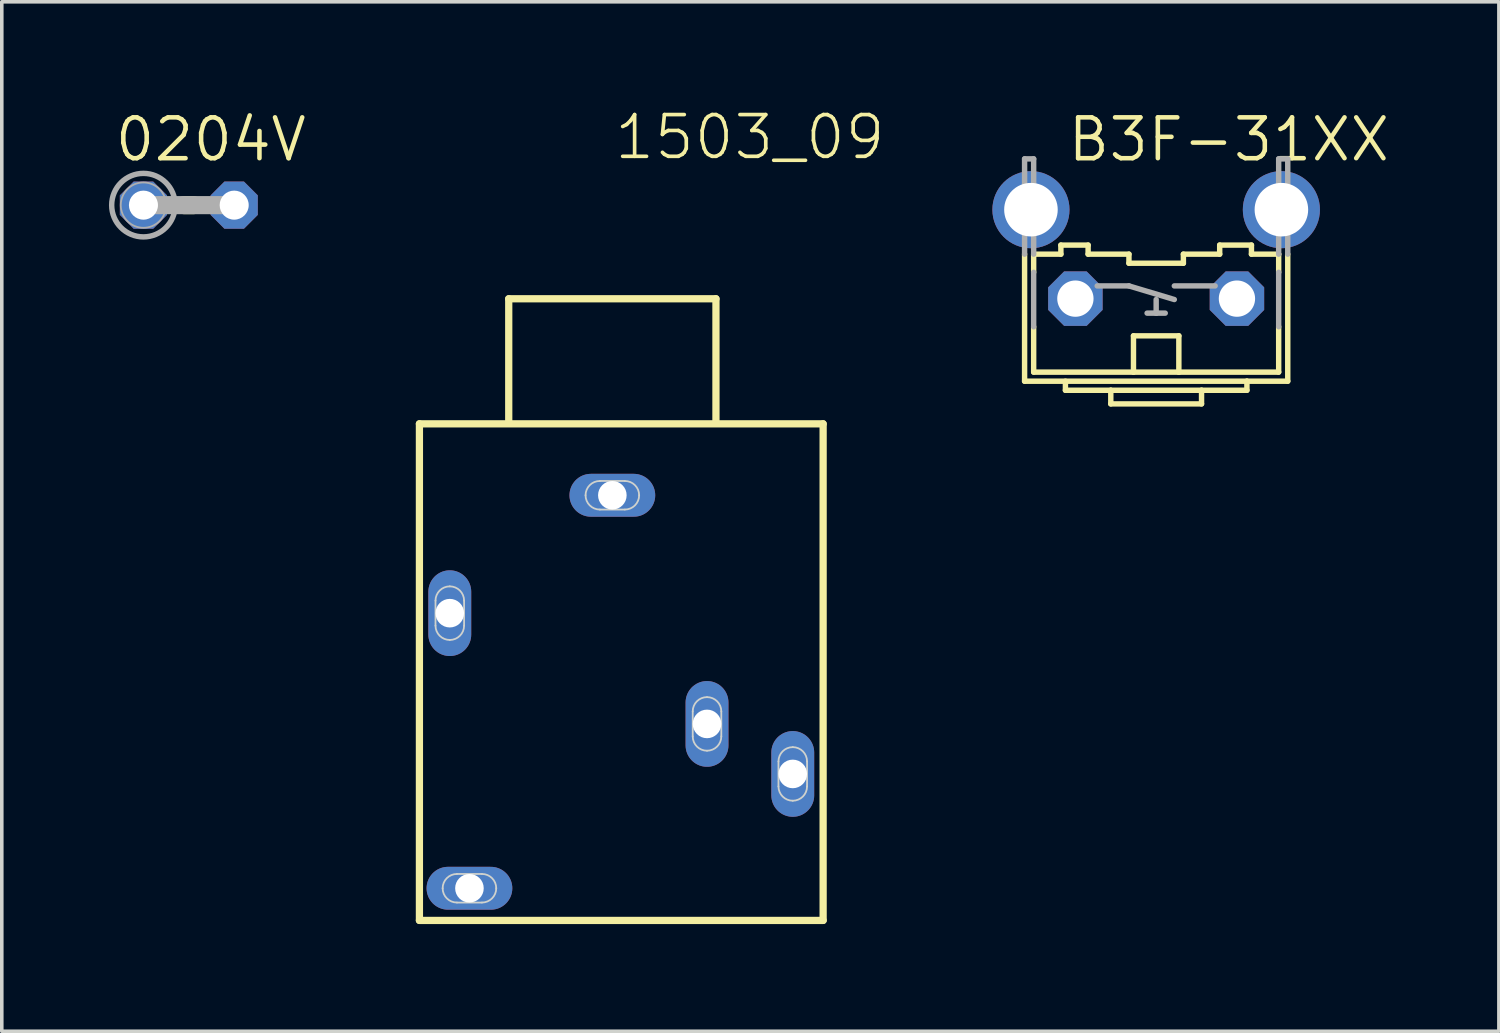
<source format=kicad_pcb>
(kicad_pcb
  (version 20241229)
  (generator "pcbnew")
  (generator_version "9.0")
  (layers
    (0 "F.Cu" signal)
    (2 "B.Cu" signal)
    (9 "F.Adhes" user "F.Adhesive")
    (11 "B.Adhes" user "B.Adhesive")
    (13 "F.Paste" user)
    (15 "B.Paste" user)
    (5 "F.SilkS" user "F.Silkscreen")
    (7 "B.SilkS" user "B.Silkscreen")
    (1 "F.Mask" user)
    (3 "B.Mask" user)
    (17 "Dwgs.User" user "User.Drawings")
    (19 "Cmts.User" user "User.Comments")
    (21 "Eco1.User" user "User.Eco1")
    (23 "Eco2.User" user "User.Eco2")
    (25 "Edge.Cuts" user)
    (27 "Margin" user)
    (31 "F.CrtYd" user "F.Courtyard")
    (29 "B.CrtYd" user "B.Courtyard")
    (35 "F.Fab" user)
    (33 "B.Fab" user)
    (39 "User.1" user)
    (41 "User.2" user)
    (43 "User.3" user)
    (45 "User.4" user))
  (footprint "1503_09"
    (layer "F.Cu")
    (at 14.09 8.713)
    (property "Reference" "1503_09" (at 0 -7.24 0) (layer "F.SilkS") (effects (font (size 1.168 1.168) (thickness 0.102)) (justify left bottom)))
    (fp_line (start -5.4 0.1) (end 5.9 0.1) (stroke (width 0.203) (type solid)) (layer "F.SilkS"))
    (fp_line (start -5.4 14) (end -5.4 0.1) (stroke (width 0.203) (type solid)) (layer "F.SilkS"))
    (fp_line (start -2.9 -3.4) (end 2.9 -3.4) (stroke (width 0.203) (type solid)) (layer "F.SilkS"))
    (fp_line (start -2.9 0) (end -2.9 -3.4) (stroke (width 0.203) (type solid)) (layer "F.SilkS"))
    (fp_line (start 2.9 -3.4) (end 2.9 0) (stroke (width 0.203) (type solid)) (layer "F.SilkS"))
    (fp_line (start 5.9 0.1) (end 5.9 14) (stroke (width 0.203) (type solid)) (layer "F.SilkS"))
    (fp_line (start 5.9 14) (end -5.4 14) (stroke (width 0.203) (type solid)) (layer "F.SilkS"))
    (fp_line (start -4.95 5.05) (end -4.95 5.75) (stroke (width 0.05) (type solid)) (layer "Edge.Cuts"))
    (fp_line (start -4.35 13.5) (end -3.65 13.5) (stroke (width 0.05) (type solid)) (layer "Edge.Cuts"))
    (fp_line (start -4.15 5.75) (end -4.15 5.05) (stroke (width 0.05) (type solid)) (layer "Edge.Cuts"))
    (fp_line (start -3.65 12.7) (end -4.35 12.7) (stroke (width 0.05) (type solid)) (layer "Edge.Cuts"))
    (fp_line (start -0.35 2.5) (end 0.35 2.5) (stroke (width 0.05) (type solid)) (layer "Edge.Cuts"))
    (fp_line (start 0.35 1.7) (end -0.35 1.7) (stroke (width 0.05) (type solid)) (layer "Edge.Cuts"))
    (fp_line (start 2.25 8.15) (end 2.25 8.85) (stroke (width 0.05) (type solid)) (layer "Edge.Cuts"))
    (fp_line (start 3.05 8.85) (end 3.05 8.15) (stroke (width 0.05) (type solid)) (layer "Edge.Cuts"))
    (fp_line (start 4.65 9.55) (end 4.65 10.25) (stroke (width 0.05) (type solid)) (layer "Edge.Cuts"))
    (fp_line (start 5.45 10.25) (end 5.45 9.55) (stroke (width 0.05) (type solid)) (layer "Edge.Cuts"))
    (fp_arc (start -4.95 5.05) (mid -4.832843 4.767157) (end -4.55 4.65) (stroke (width 0.05) (type solid)) (layer "Edge.Cuts"))
    (fp_arc (start -4.75 13.1) (mid -4.632843 12.817157) (end -4.35 12.7) (stroke (width 0.05) (type solid)) (layer "Edge.Cuts"))
    (fp_arc (start -4.55 4.65) (mid -4.267157 4.767157) (end -4.15 5.05) (stroke (width 0.05) (type solid)) (layer "Edge.Cuts"))
    (fp_arc (start -4.55 6.15) (mid -4.832843 6.032843) (end -4.95 5.75) (stroke (width 0.05) (type solid)) (layer "Edge.Cuts"))
    (fp_arc (start -4.35 13.5) (mid -4.632843 13.382843) (end -4.75 13.1) (stroke (width 0.05) (type solid)) (layer "Edge.Cuts"))
    (fp_arc (start -4.15 5.75) (mid -4.267157 6.032843) (end -4.55 6.15) (stroke (width 0.05) (type solid)) (layer "Edge.Cuts"))
    (fp_arc (start -3.65 12.7) (mid -3.367157 12.817157) (end -3.25 13.1) (stroke (width 0.05) (type solid)) (layer "Edge.Cuts"))
    (fp_arc (start -3.25 13.1) (mid -3.367157 13.382843) (end -3.65 13.5) (stroke (width 0.05) (type solid)) (layer "Edge.Cuts"))
    (fp_arc (start -0.749999 2.100001) (mid -0.632842 1.817158) (end -0.35 1.7) (stroke (width 0.05) (type solid)) (layer "Edge.Cuts"))
    (fp_arc (start -0.349999 2.500001) (mid -0.632842 2.382843) (end -0.75 2.1) (stroke (width 0.05) (type solid)) (layer "Edge.Cuts"))
    (fp_arc (start 0.349999 1.699999) (mid 0.632842 1.817157) (end 0.75 2.1) (stroke (width 0.05) (type solid)) (layer "Edge.Cuts"))
    (fp_arc (start 0.749999 2.099999) (mid 0.632842 2.382842) (end 0.35 2.5) (stroke (width 0.05) (type solid)) (layer "Edge.Cuts"))
    (fp_arc (start 2.25 8.15) (mid 2.367157 7.867157) (end 2.65 7.75) (stroke (width 0.05) (type solid)) (layer "Edge.Cuts"))
    (fp_arc (start 2.65 7.75) (mid 2.932843 7.867157) (end 3.05 8.15) (stroke (width 0.05) (type solid)) (layer "Edge.Cuts"))
    (fp_arc (start 2.65 9.25) (mid 2.367157 9.132843) (end 2.25 8.85) (stroke (width 0.05) (type solid)) (layer "Edge.Cuts"))
    (fp_arc (start 3.05 8.85) (mid 2.932843 9.132843) (end 2.65 9.25) (stroke (width 0.05) (type solid)) (layer "Edge.Cuts"))
    (fp_arc (start 4.65 9.55) (mid 4.767157 9.267157) (end 5.05 9.15) (stroke (width 0.05) (type solid)) (layer "Edge.Cuts"))
    (fp_arc (start 5.05 9.15) (mid 5.332843 9.267157) (end 5.45 9.55) (stroke (width 0.05) (type solid)) (layer "Edge.Cuts"))
    (fp_arc (start 5.05 10.65) (mid 4.767157 10.532843) (end 4.65 10.25) (stroke (width 0.05) (type solid)) (layer "Edge.Cuts"))
    (fp_arc (start 5.45 10.25) (mid 5.332843 10.532843) (end 5.05 10.65) (stroke (width 0.05) (type solid)) (layer "Edge.Cuts"))
    (pad "1" thru_hole oval (at 0 2.1 180) (size 2.4 1.2) (drill 0.8) (layers "*.Cu" "*.Mask"))
    (pad "2" thru_hole oval (at -4.55 5.4 90) (size 2.4 1.2) (drill 0.8) (layers "*.Cu" "*.Mask"))
    (pad "3" thru_hole oval (at 5.05 9.9 90) (size 2.4 1.2) (drill 0.8) (layers "*.Cu" "*.Mask"))
    (pad "4" thru_hole oval (at -4 13.1 180) (size 2.4 1.2) (drill 0.8) (layers "*.Cu" "*.Mask"))
    (pad "5" thru_hole oval (at 2.65 8.5 90) (size 2.4 1.2) (drill 0.8) (layers "*.Cu" "*.Mask")))
  (footprint "0204V"
    (layer "F.Cu")
    (at 2.235 2.692)
    (property "Reference" "0204V" (at -2.134 -1.168 0) (layer "F.SilkS") (effects (font (size 1.143 1.143) (thickness 0.127)) (justify left bottom)))
    (fp_line (start -0.127 0) (end 0.127 0) (stroke (width 0.508) (type solid)) (layer "F.SilkS"))
    (fp_line (start -1.27 0) (end 1.27 0) (stroke (width 0.508) (type solid)) (layer "F.Fab"))
    (fp_circle (center -1.27 0) (end -0.635 0) (stroke (width 0.051) (type solid)) (fill no) (layer "F.Fab"))
    (fp_circle (center -1.27 0) (end -0.381 0) (stroke (width 0.152) (type solid)) (fill no) (layer "F.Fab"))
    (pad "1" thru_hole roundrect (at -1.27 0) (size 1.321 1.321) (drill 0.813) (layers "*.Cu" "*.Mask") (roundrect_rratio 0.25) (chamfer_ratio 0.293) (chamfer top_left top_right bottom_left bottom_right))
    (pad "2" thru_hole roundrect (at 1.27 0) (size 1.321 1.321) (drill 0.813) (layers "*.Cu" "*.Mask") (roundrect_rratio 0.25) (chamfer_ratio 0.293) (chamfer top_left top_right bottom_left bottom_right)))
  (footprint "B3F-31XX"
    (layer "F.Cu")
    (at 29.312 4.064)
    (property "Reference" "B3F-31XX" (at -2.54 -2.54 0) (layer "F.SilkS") (effects (font (size 1.143 1.143) (thickness 0.127)) (justify left bottom)))
    (fp_line (start -3.683 0) (end -3.683 3.556) (stroke (width 0.152) (type solid)) (layer "F.SilkS"))
    (fp_line (start -3.429 0) (end -2.667 0) (stroke (width 0.152) (type solid)) (layer "F.SilkS"))
    (fp_line (start -3.429 0.508) (end -3.429 0) (stroke (width 0.152) (type solid)) (layer "F.SilkS"))
    (fp_line (start -3.429 2.032) (end -3.429 3.302) (stroke (width 0.152) (type solid)) (layer "F.SilkS"))
    (fp_line (start -3.429 3.302) (end -0.635 3.302) (stroke (width 0.152) (type solid)) (layer "F.SilkS"))
    (fp_line (start -2.667 -0.254) (end -2.667 0) (stroke (width 0.152) (type solid)) (layer "F.SilkS"))
    (fp_line (start -2.667 -0.254) (end -1.905 -0.254) (stroke (width 0.152) (type solid)) (layer "F.SilkS"))
    (fp_line (start -2.54 3.556) (end -2.54 3.81) (stroke (width 0.152) (type solid)) (layer "F.SilkS"))
    (fp_line (start -2.54 3.81) (end -1.27 3.81) (stroke (width 0.152) (type solid)) (layer "F.SilkS"))
    (fp_line (start -1.905 0) (end -1.905 -0.254) (stroke (width 0.152) (type solid)) (layer "F.SilkS"))
    (fp_line (start -1.905 0) (end -0.762 0) (stroke (width 0.152) (type solid)) (layer "F.SilkS"))
    (fp_line (start -1.27 3.81) (end -1.27 4.191) (stroke (width 0.152) (type solid)) (layer "F.SilkS"))
    (fp_line (start -1.27 3.81) (end 1.27 3.81) (stroke (width 0.152) (type solid)) (layer "F.SilkS"))
    (fp_line (start -1.27 4.191) (end 1.27 4.191) (stroke (width 0.152) (type solid)) (layer "F.SilkS"))
    (fp_line (start -0.762 0.254) (end -0.762 0) (stroke (width 0.152) (type solid)) (layer "F.SilkS"))
    (fp_line (start -0.762 0.254) (end 0.762 0.254) (stroke (width 0.152) (type solid)) (layer "F.SilkS"))
    (fp_line (start -0.635 2.286) (end 0.635 2.286) (stroke (width 0.152) (type solid)) (layer "F.SilkS"))
    (fp_line (start -0.635 3.302) (end -0.635 2.286) (stroke (width 0.152) (type solid)) (layer "F.SilkS"))
    (fp_line (start -0.635 3.302) (end 0.635 3.302) (stroke (width 0.152) (type solid)) (layer "F.SilkS"))
    (fp_line (start 0.635 3.302) (end 0.635 2.286) (stroke (width 0.152) (type solid)) (layer "F.SilkS"))
    (fp_line (start 0.635 3.302) (end 3.429 3.302) (stroke (width 0.152) (type solid)) (layer "F.SilkS"))
    (fp_line (start 0.762 0) (end 0.762 0.254) (stroke (width 0.152) (type solid)) (layer "F.SilkS"))
    (fp_line (start 0.762 0) (end 1.778 0) (stroke (width 0.152) (type solid)) (layer "F.SilkS"))
    (fp_line (start 1.27 3.81) (end 1.27 4.191) (stroke (width 0.152) (type solid)) (layer "F.SilkS"))
    (fp_line (start 1.27 3.81) (end 2.54 3.81) (stroke (width 0.152) (type solid)) (layer "F.SilkS"))
    (fp_line (start 1.778 -0.254) (end 2.667 -0.254) (stroke (width 0.152) (type solid)) (layer "F.SilkS"))
    (fp_line (start 1.778 0) (end 1.778 -0.254) (stroke (width 0.152) (type solid)) (layer "F.SilkS"))
    (fp_line (start 2.54 3.556) (end -3.683 3.556) (stroke (width 0.152) (type solid)) (layer "F.SilkS"))
    (fp_line (start 2.54 3.556) (end 2.54 3.81) (stroke (width 0.152) (type solid)) (layer "F.SilkS"))
    (fp_line (start 2.667 0) (end 2.667 -0.254) (stroke (width 0.152) (type solid)) (layer "F.SilkS"))
    (fp_line (start 2.667 0) (end 3.429 0) (stroke (width 0.152) (type solid)) (layer "F.SilkS"))
    (fp_line (start 3.429 0.508) (end 3.429 0) (stroke (width 0.152) (type solid)) (layer "F.SilkS"))
    (fp_line (start 3.429 2.032) (end 3.429 3.302) (stroke (width 0.152) (type solid)) (layer "F.SilkS"))
    (fp_line (start 3.683 0) (end 3.683 3.556) (stroke (width 0.152) (type solid)) (layer "F.SilkS"))
    (fp_line (start 3.683 3.556) (end 2.54 3.556) (stroke (width 0.152) (type solid)) (layer "F.SilkS"))
    (fp_line (start -3.683 -2.667) (end -3.429 -2.667) (stroke (width 0.152) (type solid)) (layer "F.Fab"))
    (fp_line (start -3.683 0) (end -3.683 -2.667) (stroke (width 0.152) (type solid)) (layer "F.Fab"))
    (fp_line (start -3.429 -2.667) (end -3.429 0) (stroke (width 0.152) (type solid)) (layer "F.Fab"))
    (fp_line (start -3.429 0.508) (end -3.429 2.032) (stroke (width 0.152) (type solid)) (layer "F.Fab"))
    (fp_line (start -1.651 0.889) (end -0.762 0.889) (stroke (width 0.152) (type solid)) (layer "F.Fab"))
    (fp_line (start -0.762 0.889) (end 0.508 1.27) (stroke (width 0.152) (type solid)) (layer "F.Fab"))
    (fp_line (start -0.254 1.651) (end 0 1.651) (stroke (width 0.152) (type solid)) (layer "F.Fab"))
    (fp_line (start 0 1.27) (end 0 1.651) (stroke (width 0.152) (type solid)) (layer "F.Fab"))
    (fp_line (start 0 1.651) (end 0.254 1.651) (stroke (width 0.152) (type solid)) (layer "F.Fab"))
    (fp_line (start 0.508 0.889) (end 1.651 0.889) (stroke (width 0.152) (type solid)) (layer "F.Fab"))
    (fp_line (start 3.429 -2.667) (end 3.683 -2.667) (stroke (width 0.152) (type solid)) (layer "F.Fab"))
    (fp_line (start 3.429 0) (end 3.429 -2.667) (stroke (width 0.152) (type solid)) (layer "F.Fab"))
    (fp_line (start 3.429 0.508) (end 3.429 2.032) (stroke (width 0.152) (type solid)) (layer "F.Fab"))
    (fp_line (start 3.683 -2.667) (end 3.683 0) (stroke (width 0.152) (type solid)) (layer "F.Fab"))
    (pad "1" thru_hole roundrect (at -2.261 1.245) (size 1.524 1.524) (drill 1.016) (layers "*.Cu" "*.Mask") (roundrect_rratio 0.25) (chamfer_ratio 0.293) (chamfer top_left top_right bottom_left bottom_right))
    (pad "2" thru_hole roundrect (at 2.261 1.245) (size 1.524 1.524) (drill 1.016) (layers "*.Cu" "*.Mask") (roundrect_rratio 0.25) (chamfer_ratio 0.293) (chamfer top_left top_right bottom_left bottom_right))
    (pad "3" thru_hole circle (at -3.505 -1.245) (size 2.159 2.159) (drill 1.499) (layers "*.Cu" "*.Mask"))
    (pad "4" thru_hole circle (at 3.505 -1.245) (size 2.159 2.159) (drill 1.499) (layers "*.Cu" "*.Mask")))
  (gr_rect
    (start -3 -3)
    (end 38.905 25.815)
    (stroke (width 0.1) (type default))
    (fill no)
    (layer "Edge.Cuts")))
</source>
